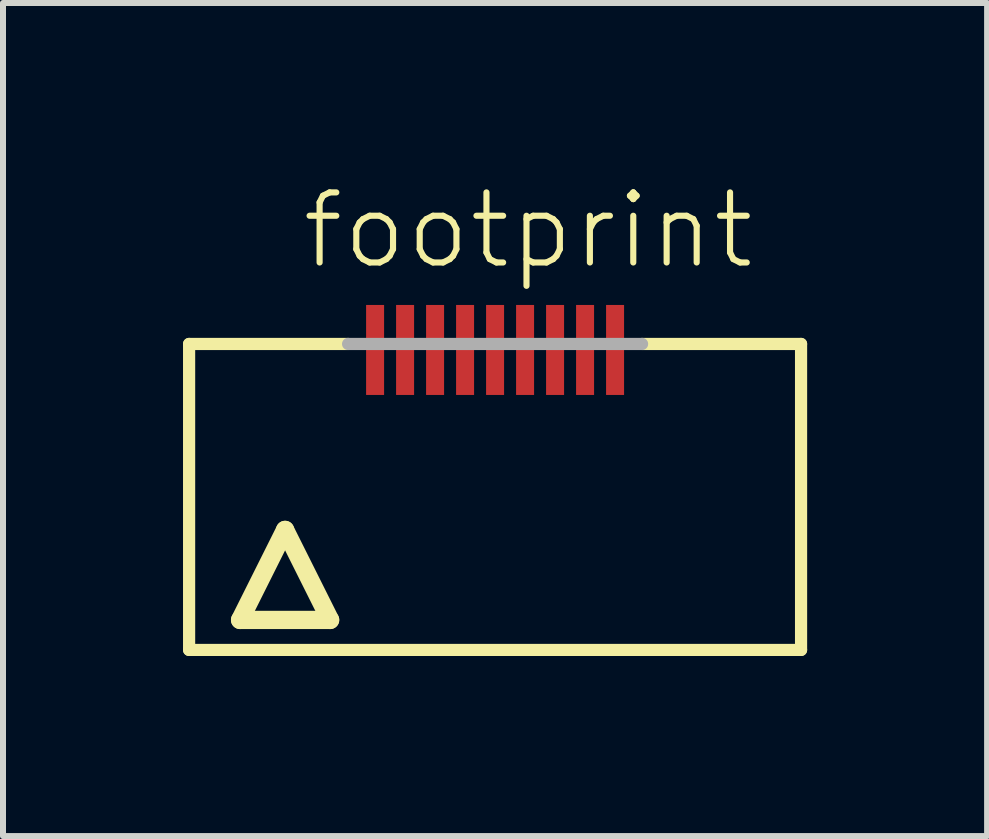
<source format=kicad_pcb>
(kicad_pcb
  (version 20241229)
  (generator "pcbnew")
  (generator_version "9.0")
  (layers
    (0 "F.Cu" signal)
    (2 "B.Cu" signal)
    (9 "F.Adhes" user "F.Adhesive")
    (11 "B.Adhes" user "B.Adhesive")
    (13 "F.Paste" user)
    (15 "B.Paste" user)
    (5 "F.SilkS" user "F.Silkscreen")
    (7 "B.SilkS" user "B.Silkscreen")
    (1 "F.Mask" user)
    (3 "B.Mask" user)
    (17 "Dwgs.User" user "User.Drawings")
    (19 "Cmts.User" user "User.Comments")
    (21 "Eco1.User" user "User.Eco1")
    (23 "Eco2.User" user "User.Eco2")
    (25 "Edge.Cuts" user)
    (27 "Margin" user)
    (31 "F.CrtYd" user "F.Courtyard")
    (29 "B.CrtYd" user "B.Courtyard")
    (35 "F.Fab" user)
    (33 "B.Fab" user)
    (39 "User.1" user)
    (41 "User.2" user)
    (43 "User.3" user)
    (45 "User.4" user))
  (footprint "footprint"
    (layer "F.Cu")
    (at 5.202 5.283)
    (property "Reference" "footprint" (at -3.27 -3.81 0) (layer "F.SilkS") (effects (font (size 1.168 1.168) (thickness 0.102)) (justify left bottom)))
    (fp_line (start -5.1 -2.6) (end -2.45 -2.6) (stroke (width 0.203) (type solid)) (layer "F.SilkS"))
    (fp_line (start -5.1 2.5) (end -5.1 -2.6) (stroke (width 0.203) (type solid)) (layer "F.SilkS"))
    (fp_line (start -4.25 2) (end -2.75 2) (stroke (width 0.305) (type solid)) (layer "F.SilkS"))
    (fp_line (start -3.5 0.5) (end -4.25 2) (stroke (width 0.305) (type solid)) (layer "F.SilkS"))
    (fp_line (start -2.75 2) (end -3.5 0.5) (stroke (width 0.305) (type solid)) (layer "F.SilkS"))
    (fp_line (start 2.45 -2.6) (end 5.1 -2.6) (stroke (width 0.203) (type solid)) (layer "F.SilkS"))
    (fp_line (start 5.1 -2.6) (end 5.1 2.5) (stroke (width 0.203) (type solid)) (layer "F.SilkS"))
    (fp_line (start 5.1 2.5) (end -5.1 2.5) (stroke (width 0.203) (type solid)) (layer "F.SilkS"))
    (fp_line (start -2.45 -2.6) (end 2.45 -2.6) (stroke (width 0.203) (type solid)) (layer "F.Fab"))
    (pad "1" smd rect (at -2 -2.5) (size 0.3 1.5) (layers "F.Cu" "F.Mask" "F.Paste"))
    (pad "2" smd rect (at -1.5 -2.5) (size 0.3 1.5) (layers "F.Cu" "F.Mask" "F.Paste"))
    (pad "3" smd rect (at -1 -2.5) (size 0.3 1.5) (layers "F.Cu" "F.Mask" "F.Paste"))
    (pad "4" smd rect (at -0.5 -2.5) (size 0.3 1.5) (layers "F.Cu" "F.Mask" "F.Paste"))
    (pad "5" smd rect (at 0 -2.5) (size 0.3 1.5) (layers "F.Cu" "F.Mask" "F.Paste"))
    (pad "6" smd rect (at 0.5 -2.5) (size 0.3 1.5) (layers "F.Cu" "F.Mask" "F.Paste"))
    (pad "7" smd rect (at 1 -2.5) (size 0.3 1.5) (layers "F.Cu" "F.Mask" "F.Paste"))
    (pad "8" smd rect (at 1.5 -2.5) (size 0.3 1.5) (layers "F.Cu" "F.Mask" "F.Paste"))
    (pad "9" smd rect (at 2 -2.5) (size 0.3 1.5) (layers "F.Cu" "F.Mask" "F.Paste")))
  (gr_rect
    (start -3 -3)
    (end 13.403 10.885)
    (stroke (width 0.1) (type default))
    (fill no)
    (layer "Edge.Cuts")))
</source>
